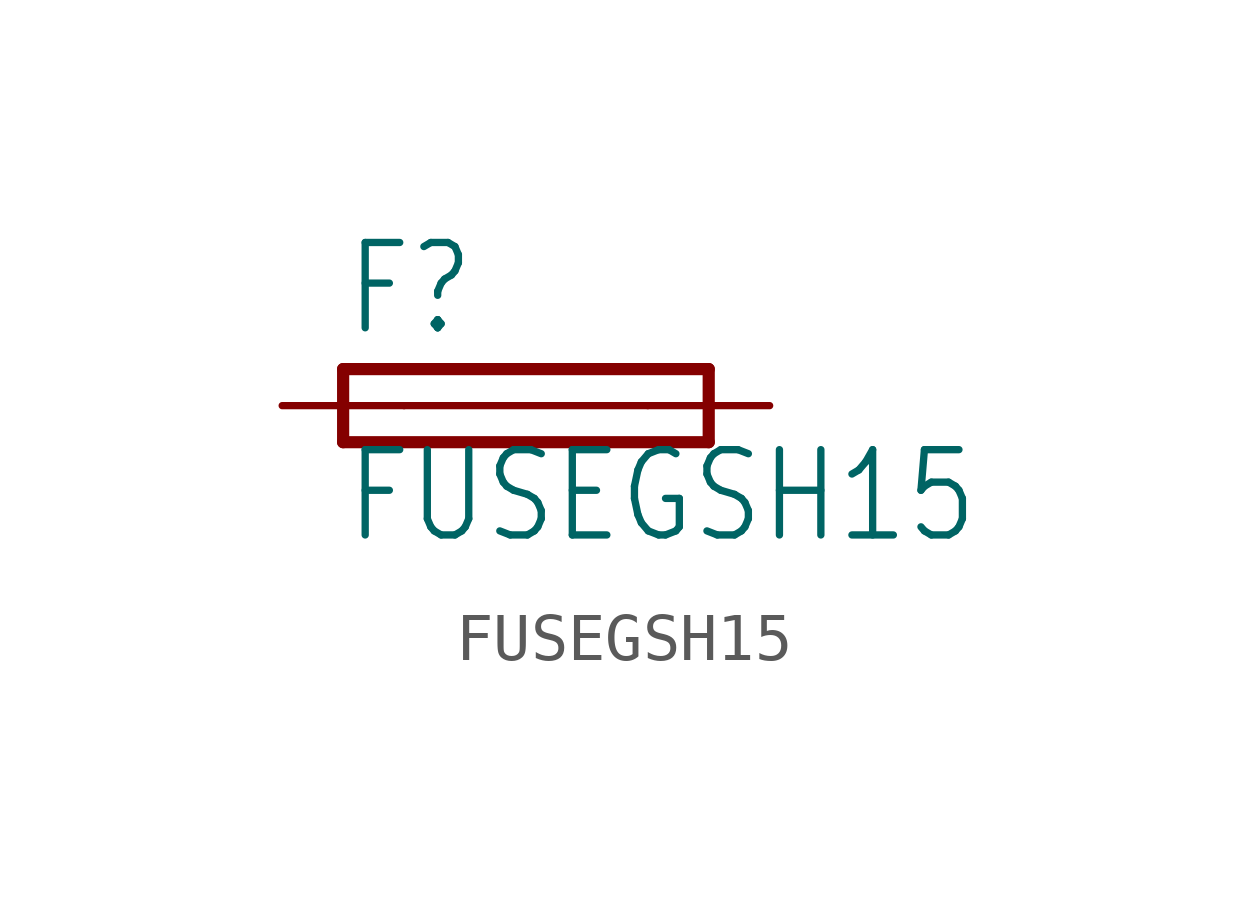
<source format=kicad_sym>
(kicad_symbol_lib
  (version 20200126)
  (host kicad_symbol_editor "5.99.0-unknown-aa7ce74~88~ubuntu18.04.1")
  (symbol "FUSEGSH15"
    (property "Reference" "F"
      (at -3.81 1.397 0)
      (effects (font (size 1.778 1.511)) (justify left bottom)))
    (property "Value" "FUSEGSH15"
      (at -3.81 -2.921 0)
      (effects (font (size 1.778 1.511)) (justify left bottom)))
    (property "ki_locked" ""
      (at 0 0 0)
      (effects (font (size 1.27 1.27))))
    (symbol "FUSEGSH15_1_0"
      (polyline (pts (xy -3.81 -0.762) (xy 3.81 -0.762)) (stroke (width 0.254)) (fill (type none)))
      (polyline (pts (xy 3.81 0.762) (xy -3.81 0.762)) (stroke (width 0.254)) (fill (type none)))
      (polyline (pts (xy 3.81 -0.762) (xy 3.81 0.762)) (stroke (width 0.254)) (fill (type none)))
      (polyline (pts (xy -3.81 0.762) (xy -3.81 -0.762)) (stroke (width 0.254)) (fill (type none)))
      (polyline (pts (xy -2.54 0) (xy 2.54 0)) (stroke (width 0.152)) (fill (type none)))
      (pin passive line (at 5.08 0 180) (length 2.54) (name "2" (effects (font (size 0 0)))) (number "2" (effects (font (size 0 0)))))
      (pin passive line (at -5.08 0 0) (length 2.54) (name "1" (effects (font (size 0 0)))) (number "1" (effects (font (size 0 0))))))))
</source>
